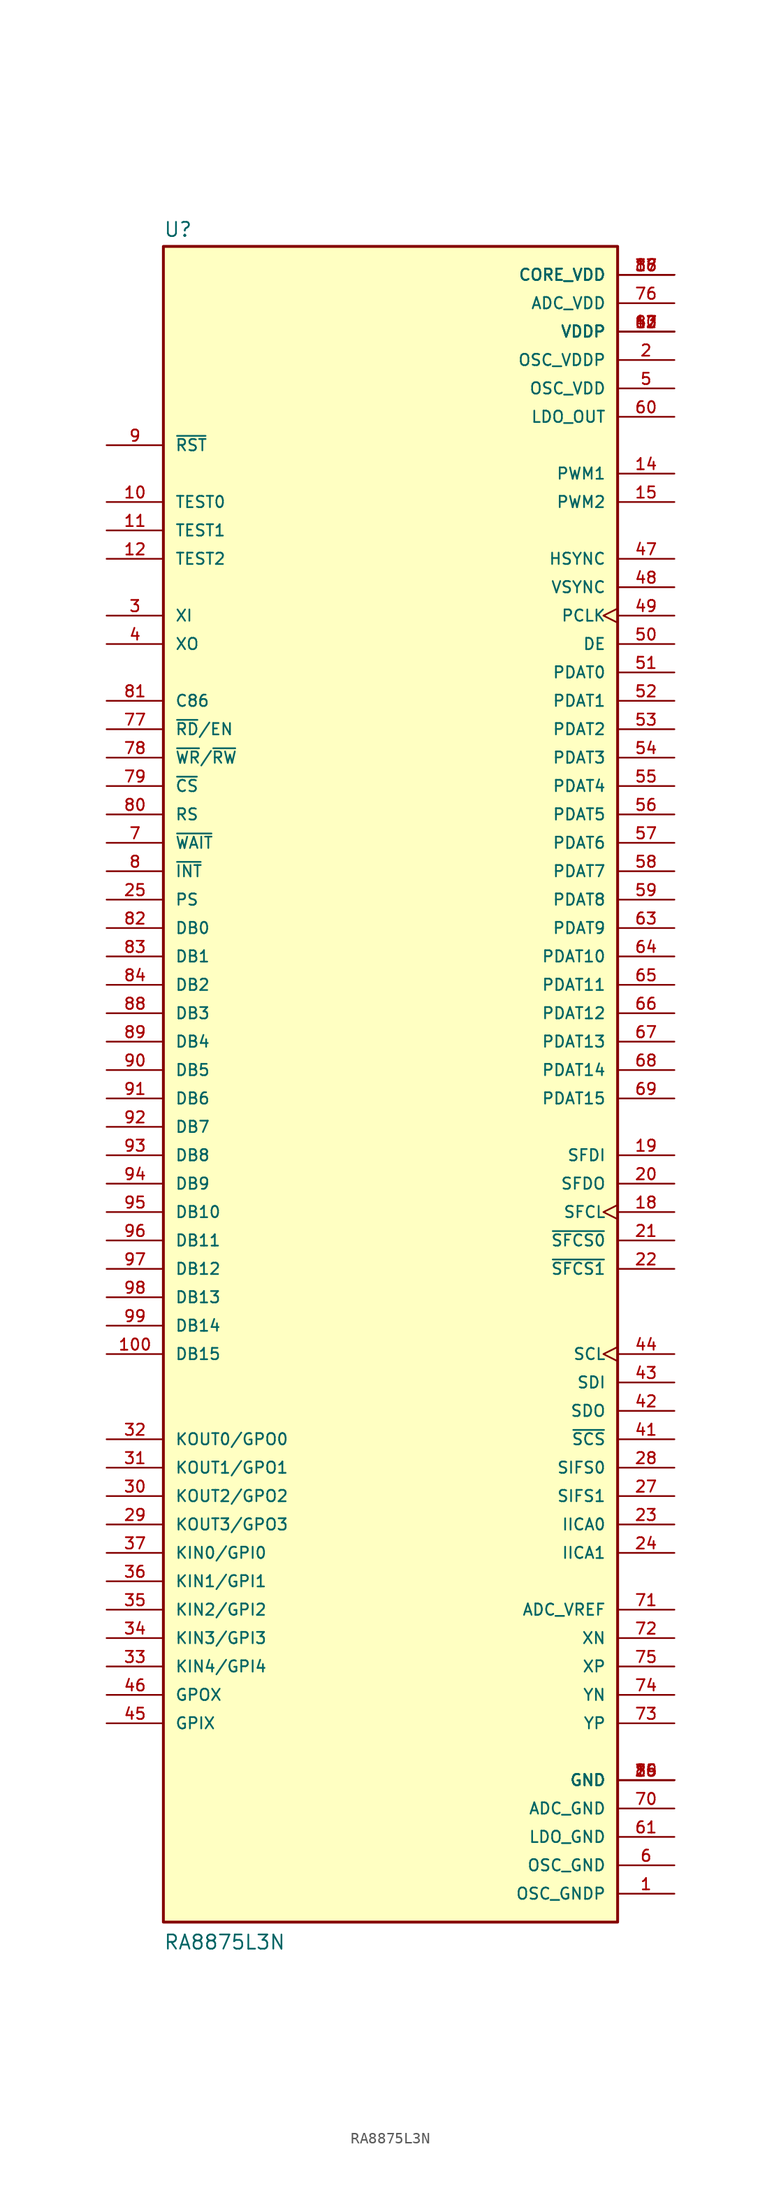
<source format=kicad_sym>
(kicad_symbol_lib
  (version 20211014)
  (generator kicad_symbol_editor)
  (symbol "RA8875L3N"
    (pin_names
      (offset 1.016))
    (property "Reference" "U"
      (at -20.32 76.962 0)
      (effects (font (size 1.27 1.27)) (justify bottom left)))
    (property "Value" "RA8875L3N"
      (at -20.32 -76.2 0)
      (effects (font (size 1.27 1.27)) (justify bottom left)))
    (symbol "RA8875L3N_0_0"
      (rectangle (start -20.32 -73.66) (end 20.32 76.2) (stroke (width 0.254)) (fill (type background)))
      (pin input line (at -25.4 43.18 0) (length 5.08) (name "XI" (effects (font (size 1.016 1.016)))) (number "3" (effects (font (size 1.016 1.016)))))
      (pin output line (at -25.4 40.64 0) (length 5.08) (name "XO" (effects (font (size 1.016 1.016)))) (number "4" (effects (font (size 1.016 1.016)))))
      (pin power_in line (at 25.4 63.5 180.0) (length 5.08) (name "OSC_VDD" (effects (font (size 1.016 1.016)))) (number "5" (effects (font (size 1.016 1.016)))))
      (pin power_in line (at 25.4 -68.58 180.0) (length 5.08) (name "OSC_GND" (effects (font (size 1.016 1.016)))) (number "6" (effects (font (size 1.016 1.016)))))
      (pin output line (at -25.4 22.86 0) (length 5.08) (name "~{WAIT}" (effects (font (size 1.016 1.016)))) (number "7" (effects (font (size 1.016 1.016)))))
      (pin output line (at -25.4 20.32 0) (length 5.08) (name "~{INT}" (effects (font (size 1.016 1.016)))) (number "8" (effects (font (size 1.016 1.016)))))
      (pin input line (at -25.4 58.42 0) (length 5.08) (name "~{RST}" (effects (font (size 1.016 1.016)))) (number "9" (effects (font (size 1.016 1.016)))))
      (pin input line (at -25.4 53.34 0) (length 5.08) (name "TEST0" (effects (font (size 1.016 1.016)))) (number "10" (effects (font (size 1.016 1.016)))))
      (pin power_in line (at 25.4 68.58 180.0) (length 5.08) (name "VDDP" (effects (font (size 1.016 1.016)))) (number "13" (effects (font (size 1.016 1.016)))))
      (pin power_in line (at 25.4 68.58 180.0) (length 5.08) (name "VDDP" (effects (font (size 1.016 1.016)))) (number "40" (effects (font (size 1.016 1.016)))))
      (pin power_in line (at 25.4 68.58 180.0) (length 5.08) (name "VDDP" (effects (font (size 1.016 1.016)))) (number "62" (effects (font (size 1.016 1.016)))))
      (pin power_in line (at 25.4 68.58 180.0) (length 5.08) (name "VDDP" (effects (font (size 1.016 1.016)))) (number "87" (effects (font (size 1.016 1.016)))))
      (pin output line (at 25.4 55.88 180.0) (length 5.08) (name "PWM1" (effects (font (size 1.016 1.016)))) (number "14" (effects (font (size 1.016 1.016)))))
      (pin output line (at 25.4 53.34 180.0) (length 5.08) (name "PWM2" (effects (font (size 1.016 1.016)))) (number "15" (effects (font (size 1.016 1.016)))))
      (pin power_in line (at 25.4 -60.96 180.0) (length 5.08) (name "GND" (effects (font (size 1.016 1.016)))) (number "16" (effects (font (size 1.016 1.016)))))
      (pin power_in line (at 25.4 -60.96 180.0) (length 5.08) (name "GND" (effects (font (size 1.016 1.016)))) (number "26" (effects (font (size 1.016 1.016)))))
      (pin power_in line (at 25.4 -60.96 180.0) (length 5.08) (name "GND" (effects (font (size 1.016 1.016)))) (number "39" (effects (font (size 1.016 1.016)))))
      (pin power_in line (at 25.4 -60.96 180.0) (length 5.08) (name "GND" (effects (font (size 1.016 1.016)))) (number "85" (effects (font (size 1.016 1.016)))))
      (pin power_in line (at 25.4 73.66 180.0) (length 5.08) (name "CORE_VDD" (effects (font (size 1.016 1.016)))) (number "17" (effects (font (size 1.016 1.016)))))
      (pin power_in line (at 25.4 73.66 180.0) (length 5.08) (name "CORE_VDD" (effects (font (size 1.016 1.016)))) (number "38" (effects (font (size 1.016 1.016)))))
      (pin power_in line (at 25.4 73.66 180.0) (length 5.08) (name "CORE_VDD" (effects (font (size 1.016 1.016)))) (number "86" (effects (font (size 1.016 1.016)))))
      (pin output clock (at 25.4 -10.16 180.0) (length 5.08) (name "SFCL" (effects (font (size 1.016 1.016)))) (number "18" (effects (font (size 1.016 1.016)))))
      (pin power_in line (at 25.4 66.04 180.0) (length 5.08) (name "OSC_VDDP" (effects (font (size 1.016 1.016)))) (number "2" (effects (font (size 1.016 1.016)))))
      (pin power_in line (at 25.4 -71.12 180.0) (length 5.08) (name "OSC_GNDP" (effects (font (size 1.016 1.016)))) (number "1" (effects (font (size 1.016 1.016)))))
      (pin input line (at -25.4 50.8 0) (length 5.08) (name "TEST1" (effects (font (size 1.016 1.016)))) (number "11" (effects (font (size 1.016 1.016)))))
      (pin input line (at -25.4 48.26 0) (length 5.08) (name "TEST2" (effects (font (size 1.016 1.016)))) (number "12" (effects (font (size 1.016 1.016)))))
      (pin input line (at 25.4 -5.08 180.0) (length 5.08) (name "SFDI" (effects (font (size 1.016 1.016)))) (number "19" (effects (font (size 1.016 1.016)))))
      (pin output line (at 25.4 -7.62 180.0) (length 5.08) (name "SFDO" (effects (font (size 1.016 1.016)))) (number "20" (effects (font (size 1.016 1.016)))))
      (pin bidirectional line (at 25.4 -12.7 180.0) (length 5.08) (name "~{SFCS0}" (effects (font (size 1.016 1.016)))) (number "21" (effects (font (size 1.016 1.016)))))
      (pin bidirectional line (at 25.4 -15.24 180.0) (length 5.08) (name "~{SFCS1}" (effects (font (size 1.016 1.016)))) (number "22" (effects (font (size 1.016 1.016)))))
      (pin input line (at 25.4 -38.1 180.0) (length 5.08) (name "IICA0" (effects (font (size 1.016 1.016)))) (number "23" (effects (font (size 1.016 1.016)))))
      (pin input line (at 25.4 -40.64 180.0) (length 5.08) (name "IICA1" (effects (font (size 1.016 1.016)))) (number "24" (effects (font (size 1.016 1.016)))))
      (pin input line (at -25.4 17.78 0) (length 5.08) (name "PS" (effects (font (size 1.016 1.016)))) (number "25" (effects (font (size 1.016 1.016)))))
      (pin input line (at 25.4 -33.02 180.0) (length 5.08) (name "SIFS0" (effects (font (size 1.016 1.016)))) (number "28" (effects (font (size 1.016 1.016)))))
      (pin input line (at 25.4 -35.56 180.0) (length 5.08) (name "SIFS1" (effects (font (size 1.016 1.016)))) (number "27" (effects (font (size 1.016 1.016)))))
      (pin output line (at -25.4 -30.48 0) (length 5.08) (name "KOUT0/GPO0" (effects (font (size 1.016 1.016)))) (number "32" (effects (font (size 1.016 1.016)))))
      (pin output line (at -25.4 -33.02 0) (length 5.08) (name "KOUT1/GPO1" (effects (font (size 1.016 1.016)))) (number "31" (effects (font (size 1.016 1.016)))))
      (pin output line (at -25.4 -35.56 0) (length 5.08) (name "KOUT2/GPO2" (effects (font (size 1.016 1.016)))) (number "30" (effects (font (size 1.016 1.016)))))
      (pin output line (at -25.4 -38.1 0) (length 5.08) (name "KOUT3/GPO3" (effects (font (size 1.016 1.016)))) (number "29" (effects (font (size 1.016 1.016)))))
      (pin input line (at -25.4 -40.64 0) (length 5.08) (name "KIN0/GPI0" (effects (font (size 1.016 1.016)))) (number "37" (effects (font (size 1.016 1.016)))))
      (pin input line (at -25.4 -43.18 0) (length 5.08) (name "KIN1/GPI1" (effects (font (size 1.016 1.016)))) (number "36" (effects (font (size 1.016 1.016)))))
      (pin input line (at -25.4 -45.72 0) (length 5.08) (name "KIN2/GPI2" (effects (font (size 1.016 1.016)))) (number "35" (effects (font (size 1.016 1.016)))))
      (pin input line (at -25.4 -48.26 0) (length 5.08) (name "KIN3/GPI3" (effects (font (size 1.016 1.016)))) (number "34" (effects (font (size 1.016 1.016)))))
      (pin input line (at -25.4 -50.8 0) (length 5.08) (name "KIN4/GPI4" (effects (font (size 1.016 1.016)))) (number "33" (effects (font (size 1.016 1.016)))))
      (pin input line (at 25.4 -30.48 180.0) (length 5.08) (name "~{SCS}" (effects (font (size 1.016 1.016)))) (number "41" (effects (font (size 1.016 1.016)))))
      (pin output line (at 25.4 -27.94 180.0) (length 5.08) (name "SDO" (effects (font (size 1.016 1.016)))) (number "42" (effects (font (size 1.016 1.016)))))
      (pin input line (at 25.4 -25.4 180.0) (length 5.08) (name "SDI" (effects (font (size 1.016 1.016)))) (number "43" (effects (font (size 1.016 1.016)))))
      (pin input clock (at 25.4 -22.86 180.0) (length 5.08) (name "SCL" (effects (font (size 1.016 1.016)))) (number "44" (effects (font (size 1.016 1.016)))))
      (pin input line (at -25.4 -55.88 0) (length 5.08) (name "GPIX" (effects (font (size 1.016 1.016)))) (number "45" (effects (font (size 1.016 1.016)))))
      (pin output line (at -25.4 -53.34 0) (length 5.08) (name "GPOX" (effects (font (size 1.016 1.016)))) (number "46" (effects (font (size 1.016 1.016)))))
      (pin output line (at 25.4 48.26 180.0) (length 5.08) (name "HSYNC" (effects (font (size 1.016 1.016)))) (number "47" (effects (font (size 1.016 1.016)))))
      (pin output line (at 25.4 45.72 180.0) (length 5.08) (name "VSYNC" (effects (font (size 1.016 1.016)))) (number "48" (effects (font (size 1.016 1.016)))))
      (pin output clock (at 25.4 43.18 180.0) (length 5.08) (name "PCLK" (effects (font (size 1.016 1.016)))) (number "49" (effects (font (size 1.016 1.016)))))
      (pin output line (at 25.4 40.64 180.0) (length 5.08) (name "DE" (effects (font (size 1.016 1.016)))) (number "50" (effects (font (size 1.016 1.016)))))
      (pin output line (at 25.4 38.1 180.0) (length 5.08) (name "PDAT0" (effects (font (size 1.016 1.016)))) (number "51" (effects (font (size 1.016 1.016)))))
      (pin output line (at 25.4 35.56 180.0) (length 5.08) (name "PDAT1" (effects (font (size 1.016 1.016)))) (number "52" (effects (font (size 1.016 1.016)))))
      (pin output line (at 25.4 33.02 180.0) (length 5.08) (name "PDAT2" (effects (font (size 1.016 1.016)))) (number "53" (effects (font (size 1.016 1.016)))))
      (pin output line (at 25.4 30.48 180.0) (length 5.08) (name "PDAT3" (effects (font (size 1.016 1.016)))) (number "54" (effects (font (size 1.016 1.016)))))
      (pin output line (at 25.4 27.94 180.0) (length 5.08) (name "PDAT4" (effects (font (size 1.016 1.016)))) (number "55" (effects (font (size 1.016 1.016)))))
      (pin output line (at 25.4 25.4 180.0) (length 5.08) (name "PDAT5" (effects (font (size 1.016 1.016)))) (number "56" (effects (font (size 1.016 1.016)))))
      (pin output line (at 25.4 22.86 180.0) (length 5.08) (name "PDAT6" (effects (font (size 1.016 1.016)))) (number "57" (effects (font (size 1.016 1.016)))))
      (pin output line (at 25.4 20.32 180.0) (length 5.08) (name "PDAT7" (effects (font (size 1.016 1.016)))) (number "58" (effects (font (size 1.016 1.016)))))
      (pin output line (at 25.4 17.78 180.0) (length 5.08) (name "PDAT8" (effects (font (size 1.016 1.016)))) (number "59" (effects (font (size 1.016 1.016)))))
      (pin output line (at 25.4 15.24 180.0) (length 5.08) (name "PDAT9" (effects (font (size 1.016 1.016)))) (number "63" (effects (font (size 1.016 1.016)))))
      (pin output line (at 25.4 12.7 180.0) (length 5.08) (name "PDAT10" (effects (font (size 1.016 1.016)))) (number "64" (effects (font (size 1.016 1.016)))))
      (pin output line (at 25.4 10.16 180.0) (length 5.08) (name "PDAT11" (effects (font (size 1.016 1.016)))) (number "65" (effects (font (size 1.016 1.016)))))
      (pin output line (at 25.4 7.62 180.0) (length 5.08) (name "PDAT12" (effects (font (size 1.016 1.016)))) (number "66" (effects (font (size 1.016 1.016)))))
      (pin output line (at 25.4 5.08 180.0) (length 5.08) (name "PDAT13" (effects (font (size 1.016 1.016)))) (number "67" (effects (font (size 1.016 1.016)))))
      (pin output line (at 25.4 2.54 180.0) (length 5.08) (name "PDAT14" (effects (font (size 1.016 1.016)))) (number "68" (effects (font (size 1.016 1.016)))))
      (pin output line (at 25.4 0.0 180.0) (length 5.08) (name "PDAT15" (effects (font (size 1.016 1.016)))) (number "69" (effects (font (size 1.016 1.016)))))
      (pin power_in line (at 25.4 60.96 180.0) (length 5.08) (name "LDO_OUT" (effects (font (size 1.016 1.016)))) (number "60" (effects (font (size 1.016 1.016)))))
      (pin power_in line (at 25.4 -66.04 180.0) (length 5.08) (name "LDO_GND" (effects (font (size 1.016 1.016)))) (number "61" (effects (font (size 1.016 1.016)))))
      (pin power_in line (at 25.4 -63.5 180.0) (length 5.08) (name "ADC_GND" (effects (font (size 1.016 1.016)))) (number "70" (effects (font (size 1.016 1.016)))))
      (pin passive line (at 25.4 -45.72 180.0) (length 5.08) (name "ADC_VREF" (effects (font (size 1.016 1.016)))) (number "71" (effects (font (size 1.016 1.016)))))
      (pin passive line (at 25.4 -48.26 180.0) (length 5.08) (name "XN" (effects (font (size 1.016 1.016)))) (number "72" (effects (font (size 1.016 1.016)))))
      (pin passive line (at 25.4 -50.8 180.0) (length 5.08) (name "XP" (effects (font (size 1.016 1.016)))) (number "75" (effects (font (size 1.016 1.016)))))
      (pin passive line (at 25.4 -53.34 180.0) (length 5.08) (name "YN" (effects (font (size 1.016 1.016)))) (number "74" (effects (font (size 1.016 1.016)))))
      (pin passive line (at 25.4 -55.88 180.0) (length 5.08) (name "YP" (effects (font (size 1.016 1.016)))) (number "73" (effects (font (size 1.016 1.016)))))
      (pin power_in line (at 25.4 71.12 180.0) (length 5.08) (name "ADC_VDD" (effects (font (size 1.016 1.016)))) (number "76" (effects (font (size 1.016 1.016)))))
      (pin input line (at -25.4 33.02 0) (length 5.08) (name "~{RD}/EN" (effects (font (size 1.016 1.016)))) (number "77" (effects (font (size 1.016 1.016)))))
      (pin input line (at -25.4 30.48 0) (length 5.08) (name "~{WR}/~{RW}" (effects (font (size 1.016 1.016)))) (number "78" (effects (font (size 1.016 1.016)))))
      (pin input line (at -25.4 27.94 0) (length 5.08) (name "~{CS}" (effects (font (size 1.016 1.016)))) (number "79" (effects (font (size 1.016 1.016)))))
      (pin input line (at -25.4 25.4 0) (length 5.08) (name "RS" (effects (font (size 1.016 1.016)))) (number "80" (effects (font (size 1.016 1.016)))))
      (pin input line (at -25.4 35.56 0) (length 5.08) (name "C86" (effects (font (size 1.016 1.016)))) (number "81" (effects (font (size 1.016 1.016)))))
      (pin bidirectional line (at -25.4 15.24 0) (length 5.08) (name "DB0" (effects (font (size 1.016 1.016)))) (number "82" (effects (font (size 1.016 1.016)))))
      (pin bidirectional line (at -25.4 12.7 0) (length 5.08) (name "DB1" (effects (font (size 1.016 1.016)))) (number "83" (effects (font (size 1.016 1.016)))))
      (pin bidirectional line (at -25.4 10.16 0) (length 5.08) (name "DB2" (effects (font (size 1.016 1.016)))) (number "84" (effects (font (size 1.016 1.016)))))
      (pin bidirectional line (at -25.4 7.62 0) (length 5.08) (name "DB3" (effects (font (size 1.016 1.016)))) (number "88" (effects (font (size 1.016 1.016)))))
      (pin bidirectional line (at -25.4 5.08 0) (length 5.08) (name "DB4" (effects (font (size 1.016 1.016)))) (number "89" (effects (font (size 1.016 1.016)))))
      (pin bidirectional line (at -25.4 2.54 0) (length 5.08) (name "DB5" (effects (font (size 1.016 1.016)))) (number "90" (effects (font (size 1.016 1.016)))))
      (pin bidirectional line (at -25.4 0.0 0) (length 5.08) (name "DB6" (effects (font (size 1.016 1.016)))) (number "91" (effects (font (size 1.016 1.016)))))
      (pin bidirectional line (at -25.4 -2.54 0) (length 5.08) (name "DB7" (effects (font (size 1.016 1.016)))) (number "92" (effects (font (size 1.016 1.016)))))
      (pin bidirectional line (at -25.4 -5.08 0) (length 5.08) (name "DB8" (effects (font (size 1.016 1.016)))) (number "93" (effects (font (size 1.016 1.016)))))
      (pin bidirectional line (at -25.4 -7.62 0) (length 5.08) (name "DB9" (effects (font (size 1.016 1.016)))) (number "94" (effects (font (size 1.016 1.016)))))
      (pin bidirectional line (at -25.4 -10.16 0) (length 5.08) (name "DB10" (effects (font (size 1.016 1.016)))) (number "95" (effects (font (size 1.016 1.016)))))
      (pin bidirectional line (at -25.4 -12.7 0) (length 5.08) (name "DB11" (effects (font (size 1.016 1.016)))) (number "96" (effects (font (size 1.016 1.016)))))
      (pin bidirectional line (at -25.4 -15.24 0) (length 5.08) (name "DB12" (effects (font (size 1.016 1.016)))) (number "97" (effects (font (size 1.016 1.016)))))
      (pin bidirectional line (at -25.4 -17.78 0) (length 5.08) (name "DB13" (effects (font (size 1.016 1.016)))) (number "98" (effects (font (size 1.016 1.016)))))
      (pin bidirectional line (at -25.4 -20.32 0) (length 5.08) (name "DB14" (effects (font (size 1.016 1.016)))) (number "99" (effects (font (size 1.016 1.016)))))
      (pin bidirectional line (at -25.4 -22.86 0) (length 5.08) (name "DB15" (effects (font (size 1.016 1.016)))) (number "100" (effects (font (size 1.016 1.016))))))))
</source>
